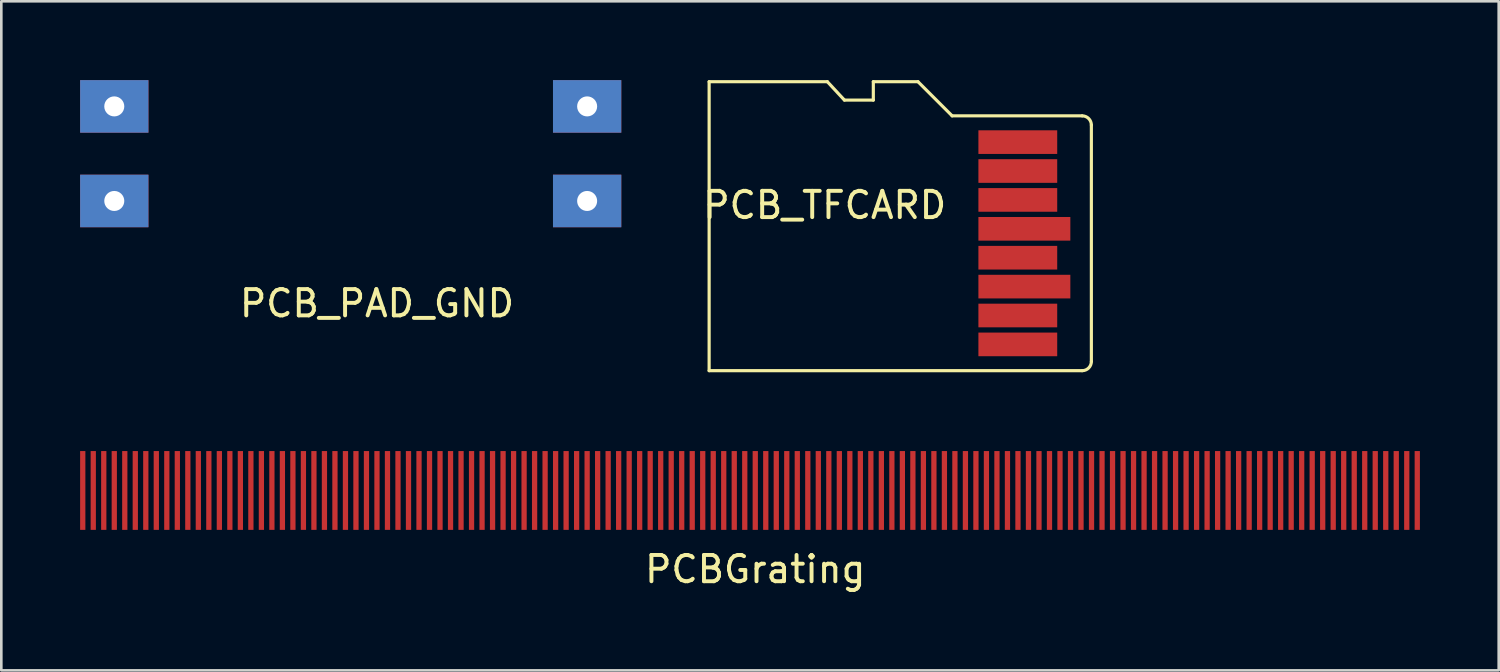
<source format=kicad_pcb>
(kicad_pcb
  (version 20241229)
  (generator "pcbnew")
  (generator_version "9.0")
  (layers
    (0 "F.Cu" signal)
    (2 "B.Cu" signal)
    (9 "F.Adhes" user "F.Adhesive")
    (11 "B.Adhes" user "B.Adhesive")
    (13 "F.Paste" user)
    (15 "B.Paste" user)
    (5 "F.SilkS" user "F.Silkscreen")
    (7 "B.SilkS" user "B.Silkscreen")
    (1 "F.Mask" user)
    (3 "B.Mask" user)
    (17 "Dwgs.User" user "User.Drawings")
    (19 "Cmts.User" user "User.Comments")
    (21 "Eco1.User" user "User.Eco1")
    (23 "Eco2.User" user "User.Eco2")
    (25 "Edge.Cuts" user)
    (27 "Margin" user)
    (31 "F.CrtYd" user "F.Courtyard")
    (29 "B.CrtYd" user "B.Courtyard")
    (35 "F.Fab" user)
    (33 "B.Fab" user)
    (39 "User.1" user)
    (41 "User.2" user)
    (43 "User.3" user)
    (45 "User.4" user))
  (footprint "PCB_TFCARD"
    (layer "F.Cu")
    (at 35.944 6.21)
    (property "Reference" "PCB_TFCARD" (at -7.6 -1.45 0) (layer "F.SilkS") (effects (font (size 1 1) (thickness 0.15))))
    (attr through_hole)
    (fp_line (start -12 -6.15) (end -7.5 -6.15) (stroke (width 0.12) (type solid)) (layer "F.SilkS"))
    (fp_line (start -12 4.85) (end -12 -6.15) (stroke (width 0.12) (type solid)) (layer "F.SilkS"))
    (fp_line (start -7.5 -6.15) (end -6.85 -5.45) (stroke (width 0.12) (type solid)) (layer "F.SilkS"))
    (fp_line (start -6.85 -5.45) (end -5.75 -5.45) (stroke (width 0.12) (type solid)) (layer "F.SilkS"))
    (fp_line (start -5.75 -6.15) (end -4.05 -6.15) (stroke (width 0.12) (type solid)) (layer "F.SilkS"))
    (fp_line (start -5.75 -5.45) (end -5.75 -6.15) (stroke (width 0.12) (type solid)) (layer "F.SilkS"))
    (fp_line (start -4.05 -6.15) (end -2.75 -4.85) (stroke (width 0.12) (type solid)) (layer "F.SilkS"))
    (fp_line (start -2.75 -4.85) (end 2.2 -4.85) (stroke (width 0.12) (type solid)) (layer "F.SilkS"))
    (fp_line (start 2.2 4.85) (end -12 4.85) (stroke (width 0.12) (type solid)) (layer "F.SilkS"))
    (fp_line (start 2.55 -4.5) (end 2.55 4.5) (stroke (width 0.12) (type solid)) (layer "F.SilkS"))
    (fp_arc (start 2.2 -4.85) (mid 2.447487 -4.747487) (end 2.55 -4.5) (stroke (width 0.12) (type solid)) (layer "F.SilkS"))
    (fp_arc (start 2.55 4.5) (mid 2.447487 4.747487) (end 2.2 4.85) (stroke (width 0.12) (type solid)) (layer "F.SilkS"))
    (pad "1" smd rect (at -0.25 -3.85) (size 3 0.9) (layers "F.Cu" "F.Mask" "F.Paste"))
    (pad "2" smd rect (at -0.25 -2.75) (size 3 0.9) (layers "F.Cu" "F.Mask" "F.Paste"))
    (pad "3" smd rect (at -0.25 -1.65) (size 3 0.9) (layers "F.Cu" "F.Mask" "F.Paste"))
    (pad "4" smd rect (at 0 -0.55) (size 3.5 0.9) (layers "F.Cu" "F.Mask" "F.Paste"))
    (pad "5" smd rect (at -0.25 0.55) (size 3 0.9) (layers "F.Cu" "F.Mask" "F.Paste"))
    (pad "6" smd rect (at 0 1.65) (size 3.5 0.9) (layers "F.Cu" "F.Mask" "F.Paste"))
    (pad "7" smd rect (at -0.25 2.75) (size 3 0.9) (layers "F.Cu" "F.Mask" "F.Paste"))
    (pad "8" smd rect (at -0.25 3.85) (size 3 0.9) (layers "F.Cu" "F.Mask" "F.Paste")))
  (footprint "PCB_PAD_GND"
    (layer "F.Cu")
    (at 10.3 2.8)
    (property "Reference" "PCB_PAD_GND" (at 1 5.7 0) (layer "F.SilkS") (effects (font (size 1 1) (thickness 0.15))))
    (attr through_hole)
    (pad "1" thru_hole rect (at -9 -1.8) (size 2.6 2) (drill 0.762) (layers "*.Cu" "*.Mask"))
    (pad "1" thru_hole rect (at -9 1.8) (size 2.6 2) (drill 0.762) (layers "*.Cu" "*.Mask"))
    (pad "1" thru_hole rect (at 9 -1.8) (size 2.6 2) (drill 0.762) (layers "*.Cu" "*.Mask"))
    (pad "1" thru_hole rect (at 9 1.8) (size 2.6 2) (drill 0.762) (layers "*.Cu" "*.Mask")))
  (footprint "PCBGrating"
    (layer "F.Cu")
    (at 25.7 15.62)
    (property "Reference" "PCBGrating" (at 0 3 0) (layer "F.SilkS") (effects (font (size 1 1) (thickness 0.15))))
    (attr through_hole)
    (pad "~" smd rect (at -25.6 0 90) (size 3 0.2) (layers "F.Cu" "F.Mask" "F.Paste"))
    (pad "~" smd rect (at -25.2 0 90) (size 3 0.2) (layers "F.Cu" "F.Mask" "F.Paste"))
    (pad "~" smd rect (at -24.8 0 90) (size 3 0.2) (layers "F.Cu" "F.Mask" "F.Paste"))
    (pad "~" smd rect (at -24.4 0 90) (size 3 0.2) (layers "F.Cu" "F.Mask" "F.Paste"))
    (pad "~" smd rect (at -24 0 90) (size 3 0.2) (layers "F.Cu" "F.Mask" "F.Paste"))
    (pad "~" smd rect (at -23.6 0 90) (size 3 0.2) (layers "F.Cu" "F.Mask" "F.Paste"))
    (pad "~" smd rect (at -23.2 0 90) (size 3 0.2) (layers "F.Cu" "F.Mask" "F.Paste"))
    (pad "~" smd rect (at -22.8 0 90) (size 3 0.2) (layers "F.Cu" "F.Mask" "F.Paste"))
    (pad "~" smd rect (at -22.4 0 90) (size 3 0.2) (layers "F.Cu" "F.Mask" "F.Paste"))
    (pad "~" smd rect (at -22 0 90) (size 3 0.2) (layers "F.Cu" "F.Mask" "F.Paste"))
    (pad "~" smd rect (at -21.6 0 90) (size 3 0.2) (layers "F.Cu" "F.Mask" "F.Paste"))
    (pad "~" smd rect (at -21.2 0 90) (size 3 0.2) (layers "F.Cu" "F.Mask" "F.Paste"))
    (pad "~" smd rect (at -20.8 0 90) (size 3 0.2) (layers "F.Cu" "F.Mask" "F.Paste"))
    (pad "~" smd rect (at -20.4 0 90) (size 3 0.2) (layers "F.Cu" "F.Mask" "F.Paste"))
    (pad "~" smd rect (at -20 0 90) (size 3 0.2) (layers "F.Cu" "F.Mask" "F.Paste"))
    (pad "~" smd rect (at -19.6 0 90) (size 3 0.2) (layers "F.Cu" "F.Mask" "F.Paste"))
    (pad "~" smd rect (at -19.2 0 90) (size 3 0.2) (layers "F.Cu" "F.Mask" "F.Paste"))
    (pad "~" smd rect (at -18.8 0 90) (size 3 0.2) (layers "F.Cu" "F.Mask" "F.Paste"))
    (pad "~" smd rect (at -18.4 0 90) (size 3 0.2) (layers "F.Cu" "F.Mask" "F.Paste"))
    (pad "~" smd rect (at -18 0 90) (size 3 0.2) (layers "F.Cu" "F.Mask" "F.Paste"))
    (pad "~" smd rect (at -17.6 0 90) (size 3 0.2) (layers "F.Cu" "F.Mask" "F.Paste"))
    (pad "~" smd rect (at -17.2 0 90) (size 3 0.2) (layers "F.Cu" "F.Mask" "F.Paste"))
    (pad "~" smd rect (at -16.8 0 90) (size 3 0.2) (layers "F.Cu" "F.Mask" "F.Paste"))
    (pad "~" smd rect (at -16.4 0 90) (size 3 0.2) (layers "F.Cu" "F.Mask" "F.Paste"))
    (pad "~" smd rect (at -16 0 90) (size 3 0.2) (layers "F.Cu" "F.Mask" "F.Paste"))
    (pad "~" smd rect (at -15.6 0 90) (size 3 0.2) (layers "F.Cu" "F.Mask" "F.Paste"))
    (pad "~" smd rect (at -15.2 0 90) (size 3 0.2) (layers "F.Cu" "F.Mask" "F.Paste"))
    (pad "~" smd rect (at -14.8 0 90) (size 3 0.2) (layers "F.Cu" "F.Mask" "F.Paste"))
    (pad "~" smd rect (at -14.4 0 90) (size 3 0.2) (layers "F.Cu" "F.Mask" "F.Paste"))
    (pad "~" smd rect (at -14 0 90) (size 3 0.2) (layers "F.Cu" "F.Mask" "F.Paste"))
    (pad "~" smd rect (at -13.6 0 90) (size 3 0.2) (layers "F.Cu" "F.Mask" "F.Paste"))
    (pad "~" smd rect (at -13.2 0 90) (size 3 0.2) (layers "F.Cu" "F.Mask" "F.Paste"))
    (pad "~" smd rect (at -12.8 0 90) (size 3 0.2) (layers "F.Cu" "F.Mask" "F.Paste"))
    (pad "~" smd rect (at -12.4 0 90) (size 3 0.2) (layers "F.Cu" "F.Mask" "F.Paste"))
    (pad "~" smd rect (at -12 0 90) (size 3 0.2) (layers "F.Cu" "F.Mask" "F.Paste"))
    (pad "~" smd rect (at -11.6 0 90) (size 3 0.2) (layers "F.Cu" "F.Mask" "F.Paste"))
    (pad "~" smd rect (at -11.2 0 90) (size 3 0.2) (layers "F.Cu" "F.Mask" "F.Paste"))
    (pad "~" smd rect (at -10.8 0 90) (size 3 0.2) (layers "F.Cu" "F.Mask" "F.Paste"))
    (pad "~" smd rect (at -10.4 0 90) (size 3 0.2) (layers "F.Cu" "F.Mask" "F.Paste"))
    (pad "~" smd rect (at -10 0 90) (size 3 0.2) (layers "F.Cu" "F.Mask" "F.Paste"))
    (pad "~" smd rect (at -9.6 0 90) (size 3 0.2) (layers "F.Cu" "F.Mask" "F.Paste"))
    (pad "~" smd rect (at -9.2 0 90) (size 3 0.2) (layers "F.Cu" "F.Mask" "F.Paste"))
    (pad "~" smd rect (at -8.8 0 90) (size 3 0.2) (layers "F.Cu" "F.Mask" "F.Paste"))
    (pad "~" smd rect (at -8.4 0 90) (size 3 0.2) (layers "F.Cu" "F.Mask" "F.Paste"))
    (pad "~" smd rect (at -8 0 90) (size 3 0.2) (layers "F.Cu" "F.Mask" "F.Paste"))
    (pad "~" smd rect (at -7.6 0 90) (size 3 0.2) (layers "F.Cu" "F.Mask" "F.Paste"))
    (pad "~" smd rect (at -7.2 0 90) (size 3 0.2) (layers "F.Cu" "F.Mask" "F.Paste"))
    (pad "~" smd rect (at -6.8 0 90) (size 3 0.2) (layers "F.Cu" "F.Mask" "F.Paste"))
    (pad "~" smd rect (at -6.4 0 90) (size 3 0.2) (layers "F.Cu" "F.Mask" "F.Paste"))
    (pad "~" smd rect (at -6 0 90) (size 3 0.2) (layers "F.Cu" "F.Mask" "F.Paste"))
    (pad "~" smd rect (at -5.6 0 90) (size 3 0.2) (layers "F.Cu" "F.Mask" "F.Paste"))
    (pad "~" smd rect (at -5.2 0 90) (size 3 0.2) (layers "F.Cu" "F.Mask" "F.Paste"))
    (pad "~" smd rect (at -4.8 0 90) (size 3 0.2) (layers "F.Cu" "F.Mask" "F.Paste"))
    (pad "~" smd rect (at -4.4 0 90) (size 3 0.2) (layers "F.Cu" "F.Mask" "F.Paste"))
    (pad "~" smd rect (at -4 0 90) (size 3 0.2) (layers "F.Cu" "F.Mask" "F.Paste"))
    (pad "~" smd rect (at -3.6 0 90) (size 3 0.2) (layers "F.Cu" "F.Mask" "F.Paste"))
    (pad "~" smd rect (at -3.2 0 90) (size 3 0.2) (layers "F.Cu" "F.Mask" "F.Paste"))
    (pad "~" smd rect (at -2.8 0 90) (size 3 0.2) (layers "F.Cu" "F.Mask" "F.Paste"))
    (pad "~" smd rect (at -2.4 0 90) (size 3 0.2) (layers "F.Cu" "F.Mask" "F.Paste"))
    (pad "~" smd rect (at -2 0 90) (size 3 0.2) (layers "F.Cu" "F.Mask" "F.Paste"))
    (pad "~" smd rect (at -1.6 0 90) (size 3 0.2) (layers "F.Cu" "F.Mask" "F.Paste"))
    (pad "~" smd rect (at -1.2 0 90) (size 3 0.2) (layers "F.Cu" "F.Mask" "F.Paste"))
    (pad "~" smd rect (at -0.8 0 90) (size 3 0.2) (layers "F.Cu" "F.Mask" "F.Paste"))
    (pad "~" smd rect (at -0.4 0 90) (size 3 0.2) (layers "F.Cu" "F.Mask" "F.Paste"))
    (pad "~" smd rect (at 0 0 90) (size 3 0.2) (layers "F.Cu" "F.Mask" "F.Paste"))
    (pad "~" smd rect (at 0.4 0 90) (size 3 0.2) (layers "F.Cu" "F.Mask" "F.Paste"))
    (pad "~" smd rect (at 0.8 0 90) (size 3 0.2) (layers "F.Cu" "F.Mask" "F.Paste"))
    (pad "~" smd rect (at 1.2 0 90) (size 3 0.2) (layers "F.Cu" "F.Mask" "F.Paste"))
    (pad "~" smd rect (at 1.6 0 90) (size 3 0.2) (layers "F.Cu" "F.Mask" "F.Paste"))
    (pad "~" smd rect (at 2 0 90) (size 3 0.2) (layers "F.Cu" "F.Mask" "F.Paste"))
    (pad "~" smd rect (at 2.4 0 90) (size 3 0.2) (layers "F.Cu" "F.Mask" "F.Paste"))
    (pad "~" smd rect (at 2.8 0 90) (size 3 0.2) (layers "F.Cu" "F.Mask" "F.Paste"))
    (pad "~" smd rect (at 3.2 0 90) (size 3 0.2) (layers "F.Cu" "F.Mask" "F.Paste"))
    (pad "~" smd rect (at 3.6 0 90) (size 3 0.2) (layers "F.Cu" "F.Mask" "F.Paste"))
    (pad "~" smd rect (at 4 0 90) (size 3 0.2) (layers "F.Cu" "F.Mask" "F.Paste"))
    (pad "~" smd rect (at 4.4 0 90) (size 3 0.2) (layers "F.Cu" "F.Mask" "F.Paste"))
    (pad "~" smd rect (at 4.8 0 90) (size 3 0.2) (layers "F.Cu" "F.Mask" "F.Paste"))
    (pad "~" smd rect (at 5.2 0 90) (size 3 0.2) (layers "F.Cu" "F.Mask" "F.Paste"))
    (pad "~" smd rect (at 5.6 0 90) (size 3 0.2) (layers "F.Cu" "F.Mask" "F.Paste"))
    (pad "~" smd rect (at 6 0 90) (size 3 0.2) (layers "F.Cu" "F.Mask" "F.Paste"))
    (pad "~" smd rect (at 6.4 0 90) (size 3 0.2) (layers "F.Cu" "F.Mask" "F.Paste"))
    (pad "~" smd rect (at 6.8 0 90) (size 3 0.2) (layers "F.Cu" "F.Mask" "F.Paste"))
    (pad "~" smd rect (at 7.2 0 90) (size 3 0.2) (layers "F.Cu" "F.Mask" "F.Paste"))
    (pad "~" smd rect (at 7.6 0 90) (size 3 0.2) (layers "F.Cu" "F.Mask" "F.Paste"))
    (pad "~" smd rect (at 8 0 90) (size 3 0.2) (layers "F.Cu" "F.Mask" "F.Paste"))
    (pad "~" smd rect (at 8.4 0 90) (size 3 0.2) (layers "F.Cu" "F.Mask" "F.Paste"))
    (pad "~" smd rect (at 8.8 0 90) (size 3 0.2) (layers "F.Cu" "F.Mask" "F.Paste"))
    (pad "~" smd rect (at 9.2 0 90) (size 3 0.2) (layers "F.Cu" "F.Mask" "F.Paste"))
    (pad "~" smd rect (at 9.6 0 90) (size 3 0.2) (layers "F.Cu" "F.Mask" "F.Paste"))
    (pad "~" smd rect (at 10 0 90) (size 3 0.2) (layers "F.Cu" "F.Mask" "F.Paste"))
    (pad "~" smd rect (at 10.4 0 90) (size 3 0.2) (layers "F.Cu" "F.Mask" "F.Paste"))
    (pad "~" smd rect (at 10.8 0 90) (size 3 0.2) (layers "F.Cu" "F.Mask" "F.Paste"))
    (pad "~" smd rect (at 11.2 0 90) (size 3 0.2) (layers "F.Cu" "F.Mask" "F.Paste"))
    (pad "~" smd rect (at 11.6 0 90) (size 3 0.2) (layers "F.Cu" "F.Mask" "F.Paste"))
    (pad "~" smd rect (at 12 0 90) (size 3 0.2) (layers "F.Cu" "F.Mask" "F.Paste"))
    (pad "~" smd rect (at 12.4 0 90) (size 3 0.2) (layers "F.Cu" "F.Mask" "F.Paste"))
    (pad "~" smd rect (at 12.8 0 90) (size 3 0.2) (layers "F.Cu" "F.Mask" "F.Paste"))
    (pad "~" smd rect (at 13.2 0 90) (size 3 0.2) (layers "F.Cu" "F.Mask" "F.Paste"))
    (pad "~" smd rect (at 13.6 0 90) (size 3 0.2) (layers "F.Cu" "F.Mask" "F.Paste"))
    (pad "~" smd rect (at 14 0 90) (size 3 0.2) (layers "F.Cu" "F.Mask" "F.Paste"))
    (pad "~" smd rect (at 14.4 0 90) (size 3 0.2) (layers "F.Cu" "F.Mask" "F.Paste"))
    (pad "~" smd rect (at 14.8 0 90) (size 3 0.2) (layers "F.Cu" "F.Mask" "F.Paste"))
    (pad "~" smd rect (at 15.2 0 90) (size 3 0.2) (layers "F.Cu" "F.Mask" "F.Paste"))
    (pad "~" smd rect (at 15.6 0 90) (size 3 0.2) (layers "F.Cu" "F.Mask" "F.Paste"))
    (pad "~" smd rect (at 16 0 90) (size 3 0.2) (layers "F.Cu" "F.Mask" "F.Paste"))
    (pad "~" smd rect (at 16.4 0 90) (size 3 0.2) (layers "F.Cu" "F.Mask" "F.Paste"))
    (pad "~" smd rect (at 16.8 0 90) (size 3 0.2) (layers "F.Cu" "F.Mask" "F.Paste"))
    (pad "~" smd rect (at 17.2 0 90) (size 3 0.2) (layers "F.Cu" "F.Mask" "F.Paste"))
    (pad "~" smd rect (at 17.6 0 90) (size 3 0.2) (layers "F.Cu" "F.Mask" "F.Paste"))
    (pad "~" smd rect (at 18 0 90) (size 3 0.2) (layers "F.Cu" "F.Mask" "F.Paste"))
    (pad "~" smd rect (at 18.4 0 90) (size 3 0.2) (layers "F.Cu" "F.Mask" "F.Paste"))
    (pad "~" smd rect (at 18.8 0 90) (size 3 0.2) (layers "F.Cu" "F.Mask" "F.Paste"))
    (pad "~" smd rect (at 19.2 0 90) (size 3 0.2) (layers "F.Cu" "F.Mask" "F.Paste"))
    (pad "~" smd rect (at 19.6 0 90) (size 3 0.2) (layers "F.Cu" "F.Mask" "F.Paste"))
    (pad "~" smd rect (at 20 0 90) (size 3 0.2) (layers "F.Cu" "F.Mask" "F.Paste"))
    (pad "~" smd rect (at 20.4 0 90) (size 3 0.2) (layers "F.Cu" "F.Mask" "F.Paste"))
    (pad "~" smd rect (at 20.8 0 90) (size 3 0.2) (layers "F.Cu" "F.Mask" "F.Paste"))
    (pad "~" smd rect (at 21.2 0 90) (size 3 0.2) (layers "F.Cu" "F.Mask" "F.Paste"))
    (pad "~" smd rect (at 21.6 0 90) (size 3 0.2) (layers "F.Cu" "F.Mask" "F.Paste"))
    (pad "~" smd rect (at 22 0 90) (size 3 0.2) (layers "F.Cu" "F.Mask" "F.Paste"))
    (pad "~" smd rect (at 22.4 0 90) (size 3 0.2) (layers "F.Cu" "F.Mask" "F.Paste"))
    (pad "~" smd rect (at 22.8 0 90) (size 3 0.2) (layers "F.Cu" "F.Mask" "F.Paste"))
    (pad "~" smd rect (at 23.2 0 90) (size 3 0.2) (layers "F.Cu" "F.Mask" "F.Paste"))
    (pad "~" smd rect (at 23.6 0 90) (size 3 0.2) (layers "F.Cu" "F.Mask" "F.Paste"))
    (pad "~" smd rect (at 24 0 90) (size 3 0.2) (layers "F.Cu" "F.Mask" "F.Paste"))
    (pad "~" smd rect (at 24.4 0 90) (size 3 0.2) (layers "F.Cu" "F.Mask" "F.Paste"))
    (pad "~" smd rect (at 24.8 0 90) (size 3 0.2) (layers "F.Cu" "F.Mask" "F.Paste"))
    (pad "~" smd rect (at 25.2 0 90) (size 3 0.2) (layers "F.Cu" "F.Mask" "F.Paste")))
  (gr_rect
    (start -3 -3)
    (end 54 22.468)
    (stroke (width 0.1) (type default))
    (fill no)
    (layer "Edge.Cuts")))
</source>
